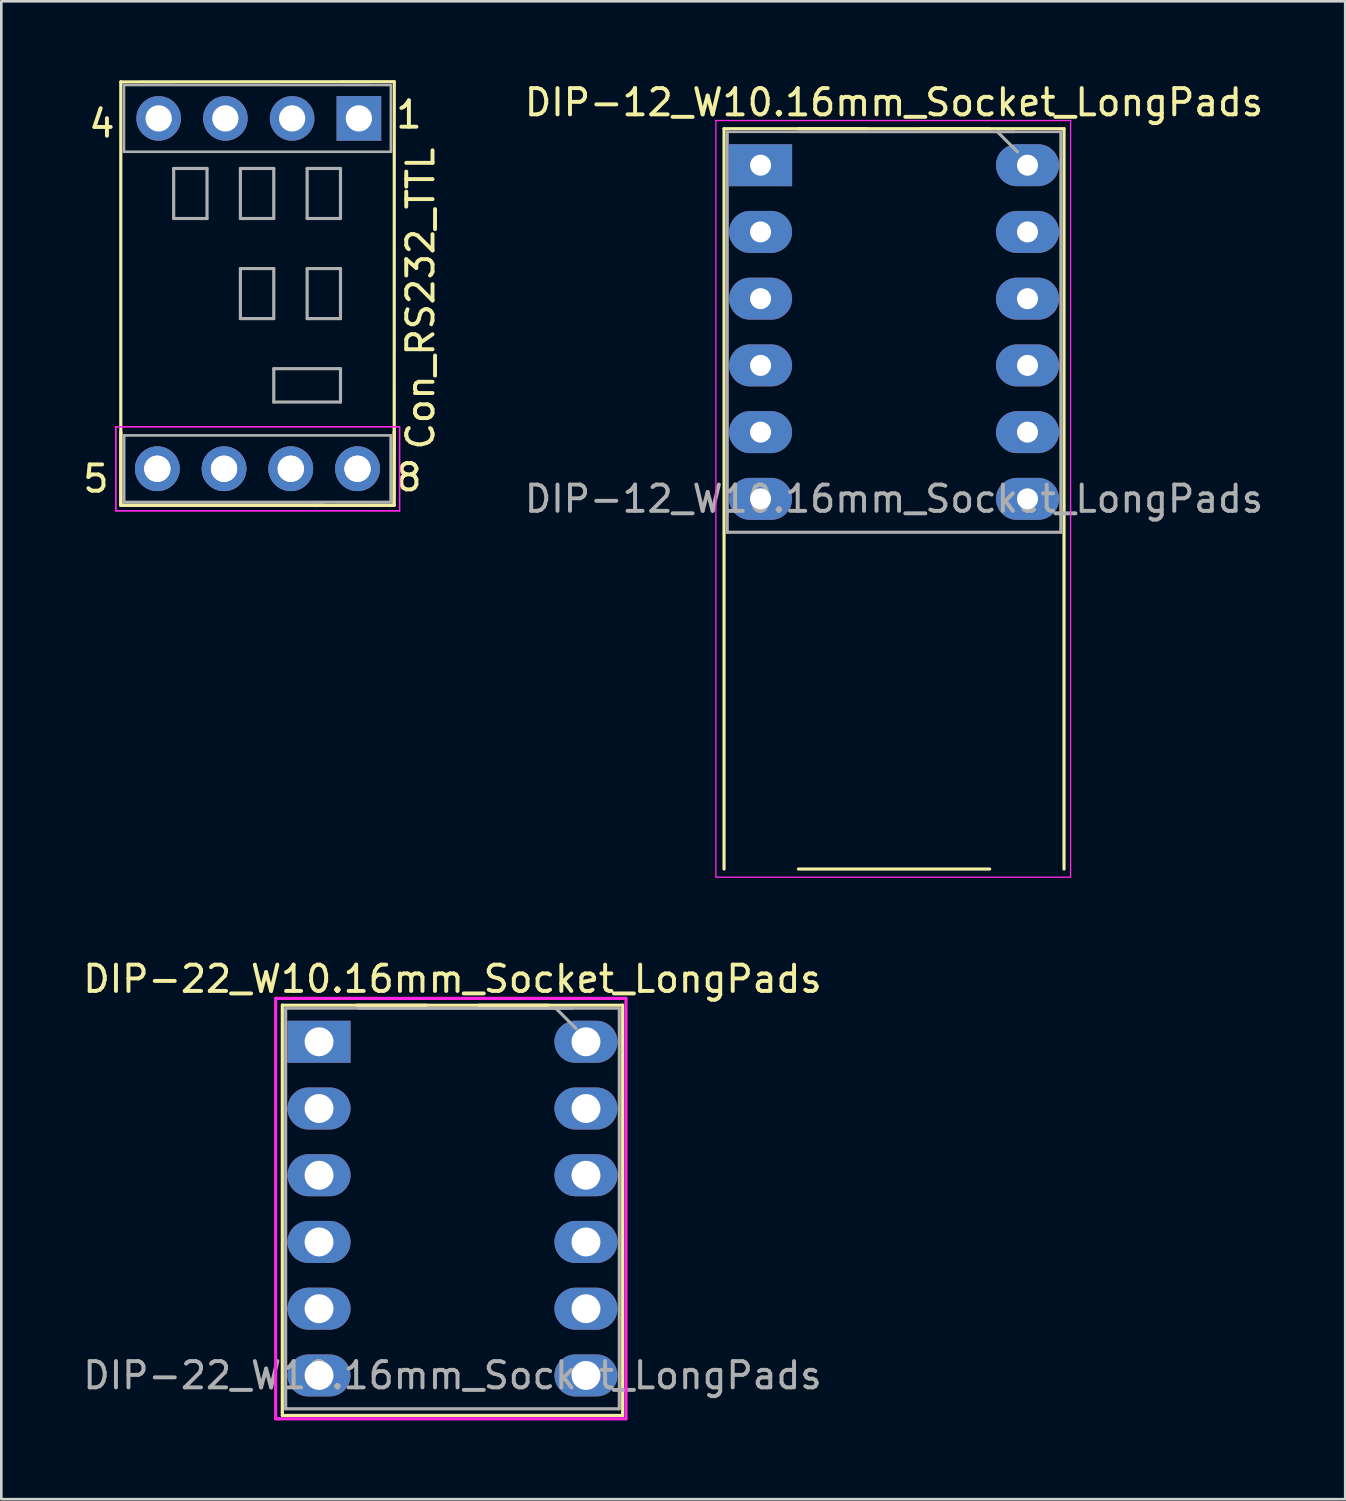
<source format=kicad_pcb>
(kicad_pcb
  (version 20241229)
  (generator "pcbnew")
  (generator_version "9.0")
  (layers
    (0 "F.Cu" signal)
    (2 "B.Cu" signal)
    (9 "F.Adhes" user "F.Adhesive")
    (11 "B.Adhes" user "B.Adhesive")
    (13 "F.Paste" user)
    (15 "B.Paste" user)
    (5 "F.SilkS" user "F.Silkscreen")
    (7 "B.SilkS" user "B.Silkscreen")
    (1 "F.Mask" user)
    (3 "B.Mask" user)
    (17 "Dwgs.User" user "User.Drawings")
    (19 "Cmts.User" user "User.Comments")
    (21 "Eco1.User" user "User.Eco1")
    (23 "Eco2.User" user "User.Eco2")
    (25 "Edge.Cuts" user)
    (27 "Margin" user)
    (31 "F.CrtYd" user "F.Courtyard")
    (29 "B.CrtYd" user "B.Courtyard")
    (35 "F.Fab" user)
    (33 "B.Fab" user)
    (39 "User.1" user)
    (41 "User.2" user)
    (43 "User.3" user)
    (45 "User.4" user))
  (footprint "DIP-12_W10.16mm_Socket_LongPads"
    (layer "F.Cu")
    (at 25.899 3.238)
    (property "Reference" "DIP-12_W10.16mm_Socket_LongPads" (at 5.08 -2.39 0) (layer "F.SilkS") (effects (font (size 1 1) (thickness 0.15))))
    (attr through_hole)
    (fp_line (start -1.39 -1.39) (end -1.39 26.79) (stroke (width 0.12) (type solid)) (layer "F.SilkS"))
    (fp_line (start 1.44 26.79) (end 8.72 26.79) (stroke (width 0.12) (type solid)) (layer "F.SilkS"))
    (fp_line (start 4.08 -1.39) (end 1.44 -1.39) (stroke (width 0.12) (type solid)) (layer "F.SilkS"))
    (fp_line (start 8.72 -1.39) (end 6.08 -1.39) (stroke (width 0.12) (type solid)) (layer "F.SilkS"))
    (fp_line (start 11.55 -1.39) (end -1.39 -1.39) (stroke (width 0.12) (type solid)) (layer "F.SilkS"))
    (fp_line (start 11.55 26.79) (end 11.55 -1.39) (stroke (width 0.12) (type solid)) (layer "F.SilkS"))
    (fp_line (start -1.7 -1.7) (end -1.7 27.1) (stroke (width 0.05) (type solid)) (layer "F.CrtYd"))
    (fp_line (start -1.7 27.1) (end 11.8 27.1) (stroke (width 0.05) (type solid)) (layer "F.CrtYd"))
    (fp_line (start 11.8 -1.7) (end -1.7 -1.7) (stroke (width 0.05) (type solid)) (layer "F.CrtYd"))
    (fp_line (start 11.8 27.1) (end 11.8 -1.7) (stroke (width 0.05) (type solid)) (layer "F.CrtYd"))
    (fp_line (start -1.27 -1.27) (end -1.27 13.97) (stroke (width 0.12) (type solid)) (layer "F.Fab"))
    (fp_line (start -1.27 13.97) (end 11.43 13.97) (stroke (width 0.12) (type solid)) (layer "F.Fab"))
    (fp_line (start 1.51 -1.27) (end 9.65 -1.27) (stroke (width 0.1) (type solid)) (layer "F.Fab"))
    (fp_line (start 9.017 -1.27) (end 9.779 -0.508) (stroke (width 0.12) (type solid)) (layer "F.Fab"))
    (fp_line (start 11.43 -1.27) (end -1.27 -1.27) (stroke (width 0.1) (type solid)) (layer "F.Fab"))
    (fp_line (start 11.43 13.97) (end 11.43 -1.27) (stroke (width 0.12) (type solid)) (layer "F.Fab"))
    (fp_text user "${REFERENCE}" (at 5.08 12.7 0) (layer "F.Fab") (effects (font (size 1 1) (thickness 0.15))))
    (pad "1" thru_hole rect (at 0 0) (size 2.4 1.6) (drill 0.8) (layers "*.Cu" "*.Mask"))
    (pad "2" thru_hole oval (at 0 2.54) (size 2.4 1.6) (drill 0.8) (layers "*.Cu" "*.Mask"))
    (pad "3" thru_hole oval (at 0 5.08) (size 2.4 1.6) (drill 0.8) (layers "*.Cu" "*.Mask"))
    (pad "4" thru_hole oval (at 0 7.62) (size 2.4 1.6) (drill 0.8) (layers "*.Cu" "*.Mask"))
    (pad "5" thru_hole oval (at 0 10.16) (size 2.4 1.6) (drill 0.8) (layers "*.Cu" "*.Mask"))
    (pad "6" thru_hole oval (at 0 12.7) (size 2.4 1.6) (drill 0.8) (layers "*.Cu" "*.Mask"))
    (pad "17" thru_hole oval (at 10.16 12.7) (size 2.4 1.6) (drill 0.8) (layers "*.Cu" "*.Mask"))
    (pad "18" thru_hole oval (at 10.16 10.16) (size 2.4 1.6) (drill 0.8) (layers "*.Cu" "*.Mask"))
    (pad "19" thru_hole oval (at 10.16 7.62) (size 2.4 1.6) (drill 0.8) (layers "*.Cu" "*.Mask"))
    (pad "20" thru_hole oval (at 10.16 5.08) (size 2.4 1.6) (drill 0.8) (layers "*.Cu" "*.Mask"))
    (pad "21" thru_hole oval (at 10.16 2.54) (size 2.4 1.6) (drill 0.8) (layers "*.Cu" "*.Mask"))
    (pad "22" thru_hole oval (at 10.16 0) (size 2.4 1.6) (drill 0.8) (layers "*.Cu" "*.Mask")))
  (footprint "DIP-22_W10.16mm_Socket_LongPads"
    (layer "F.Cu")
    (at 9.093 36.602)
    (property "Reference" "DIP-22_W10.16mm_Socket_LongPads" (at 5.08 -2.39 0) (layer "F.SilkS") (effects (font (size 1 1) (thickness 0.15))))
    (attr through_hole)
    (fp_line (start -1.397 14.097) (end -1.397 -1.397) (stroke (width 0.12) (type solid)) (layer "F.SilkS"))
    (fp_line (start -1.397 14.097) (end -1.397 14.224) (stroke (width 0.12) (type solid)) (layer "F.SilkS"))
    (fp_line (start -1.397 14.224) (end 11.557 14.224) (stroke (width 0.12) (type solid)) (layer "F.SilkS"))
    (fp_line (start 4.08 -1.39) (end 1.44 -1.39) (stroke (width 0.12) (type solid)) (layer "F.SilkS"))
    (fp_line (start 8.72 -1.39) (end 6.08 -1.39) (stroke (width 0.12) (type solid)) (layer "F.SilkS"))
    (fp_line (start 11.55 -1.39) (end -1.39 -1.39) (stroke (width 0.12) (type solid)) (layer "F.SilkS"))
    (fp_line (start 11.557 14.224) (end 11.557 -1.397) (stroke (width 0.12) (type solid)) (layer "F.SilkS"))
    (fp_line (start -1.651 -1.651) (end 11.684 -1.651) (stroke (width 0.12) (type solid)) (layer "F.CrtYd"))
    (fp_line (start -1.651 14.351) (end -1.651 -1.651) (stroke (width 0.12) (type solid)) (layer "F.CrtYd"))
    (fp_line (start -1.524 14.351) (end -1.651 14.351) (stroke (width 0.12) (type solid)) (layer "F.CrtYd"))
    (fp_line (start 11.684 -1.651) (end 11.684 14.351) (stroke (width 0.12) (type solid)) (layer "F.CrtYd"))
    (fp_line (start 11.684 14.351) (end -1.524 14.351) (stroke (width 0.12) (type solid)) (layer "F.CrtYd"))
    (fp_line (start -1.27 -1.27) (end -1.27 13.97) (stroke (width 0.12) (type solid)) (layer "F.Fab"))
    (fp_line (start -1.27 13.97) (end 11.43 13.97) (stroke (width 0.12) (type solid)) (layer "F.Fab"))
    (fp_line (start 1.51 -1.27) (end 9.65 -1.27) (stroke (width 0.1) (type solid)) (layer "F.Fab"))
    (fp_line (start 9.017 -1.27) (end 9.779 -0.508) (stroke (width 0.12) (type solid)) (layer "F.Fab"))
    (fp_line (start 11.43 -1.27) (end -1.27 -1.27) (stroke (width 0.1) (type solid)) (layer "F.Fab"))
    (fp_line (start 11.43 13.97) (end 11.43 -1.27) (stroke (width 0.12) (type solid)) (layer "F.Fab"))
    (fp_text user "${REFERENCE}" (at 5.08 12.7 0) (layer "F.Fab") (effects (font (size 1 1) (thickness 0.15))))
    (pad "1" thru_hole oval (at 10.16 0) (size 2.4 1.6) (drill 1.1) (layers "*.Cu" "*.Mask"))
    (pad "2" thru_hole oval (at 10.16 2.54) (size 2.4 1.6) (drill 1.1) (layers "*.Cu" "*.Mask"))
    (pad "3" thru_hole oval (at 10.16 5.08) (size 2.4 1.6) (drill 1.1) (layers "*.Cu" "*.Mask"))
    (pad "4" thru_hole oval (at 10.16 7.62) (size 2.4 1.6) (drill 1.1) (layers "*.Cu" "*.Mask"))
    (pad "5" thru_hole oval (at 10.16 10.16) (size 2.4 1.6) (drill 1.1) (layers "*.Cu" "*.Mask"))
    (pad "6" thru_hole oval (at 10.16 12.7) (size 2.4 1.6) (drill 1.1) (layers "*.Cu" "*.Mask"))
    (pad "7" thru_hole oval (at 0 12.7) (size 2.4 1.6) (drill 1.1) (layers "*.Cu" "*.Mask"))
    (pad "8" thru_hole oval (at 0 10.16) (size 2.4 1.6) (drill 1.1) (layers "*.Cu" "*.Mask"))
    (pad "9" thru_hole oval (at 0 7.62) (size 2.4 1.6) (drill 1.1) (layers "*.Cu" "*.Mask"))
    (pad "10" thru_hole oval (at 0 5.08) (size 2.4 1.6) (drill 1.1) (layers "*.Cu" "*.Mask"))
    (pad "11" thru_hole oval (at 0 2.54) (size 2.4 1.6) (drill 1.1) (layers "*.Cu" "*.Mask"))
    (pad "12" thru_hole rect (at 0 0) (size 2.4 1.6) (drill 1.1) (layers "*.Cu" "*.Mask")))
  (footprint "Con_RS232_TTL"
    (layer "F.Cu")
    (at 2.925 14.792)
    (property "Reference" "Con_RS232_TTL" (at 10.033 -6.477 90) (layer "F.SilkS") (effects (font (size 1 1) (thickness 0.15))))
    (attr through_hole)
    (fp_line (start -1.377 -14.725) (end 9.03 -14.732) (stroke (width 0.12) (type solid)) (layer "F.SilkS"))
    (fp_line (start -1.377 1.39) (end -1.377 -1.39) (stroke (width 0.12) (type solid)) (layer "F.SilkS"))
    (fp_line (start -1.377 1.39) (end -1.377 -1.39) (stroke (width 0.12) (type solid)) (layer "F.SilkS"))
    (fp_line (start -1.377 -1.387) (end -1.377 -14.727) (stroke (width 0.12) (type solid)) (layer "F.SilkS"))
    (fp_line (start 5.982 1.397) (end 9.023 1.39) (stroke (width 0.12) (type solid)) (layer "F.SilkS"))
    (fp_line (start 5.982 1.397) (end 9.023 1.39) (stroke (width 0.12) (type solid)) (layer "F.SilkS"))
    (fp_line (start 6.363 1.39) (end -1.377 1.39) (stroke (width 0.12) (type solid)) (layer "F.SilkS"))
    (fp_line (start 6.363 1.39) (end -1.377 1.39) (stroke (width 0.12) (type solid)) (layer "F.SilkS"))
    (fp_line (start 9.023 1.39) (end 9.03 -1.397) (stroke (width 0.12) (type solid)) (layer "F.SilkS"))
    (fp_line (start 9.023 1.39) (end 9.03 -1.397) (stroke (width 0.12) (type solid)) (layer "F.SilkS"))
    (fp_line (start 9.03 -1.384) (end 9.032 -14.732) (stroke (width 0.12) (type solid)) (layer "F.SilkS"))
    (fp_line (start -1.567 -1.6) (end 9.233 -1.6) (stroke (width 0.05) (type solid)) (layer "F.CrtYd"))
    (fp_line (start -1.567 -1.6) (end 9.233 -1.6) (stroke (width 0.05) (type solid)) (layer "F.CrtYd"))
    (fp_line (start -1.567 1.6) (end -1.567 -1.6) (stroke (width 0.05) (type solid)) (layer "F.CrtYd"))
    (fp_line (start -1.567 1.6) (end -1.567 -1.6) (stroke (width 0.05) (type solid)) (layer "F.CrtYd"))
    (fp_line (start 9.233 -1.6) (end 9.233 1.6) (stroke (width 0.05) (type solid)) (layer "F.CrtYd"))
    (fp_line (start 9.233 -1.6) (end 9.233 1.6) (stroke (width 0.05) (type solid)) (layer "F.CrtYd"))
    (fp_line (start 9.233 1.6) (end -1.567 1.6) (stroke (width 0.05) (type solid)) (layer "F.CrtYd"))
    (fp_line (start 9.233 1.6) (end -1.567 1.6) (stroke (width 0.05) (type solid)) (layer "F.CrtYd"))
    (fp_line (start -1.257 -14.605) (end 8.903 -14.605) (stroke (width 0.1) (type solid)) (layer "F.Fab"))
    (fp_line (start -1.257 -12.065) (end -1.257 -14.605) (stroke (width 0.1) (type solid)) (layer "F.Fab"))
    (fp_line (start -1.257 -12.065) (end 8.903 -12.065) (stroke (width 0.1) (type solid)) (layer "F.Fab"))
    (fp_line (start -1.257 -1.27) (end 8.903 -1.27) (stroke (width 0.1) (type solid)) (layer "F.Fab"))
    (fp_line (start -1.257 1.27) (end -1.257 -1.27) (stroke (width 0.1) (type solid)) (layer "F.Fab"))
    (fp_line (start -1.257 1.27) (end -1.257 -1.27) (stroke (width 0.1) (type solid)) (layer "F.Fab"))
    (fp_line (start 0.635 -11.43) (end 1.905 -11.43) (stroke (width 0.12) (type solid)) (layer "F.Fab"))
    (fp_line (start 0.635 -9.525) (end 0.635 -11.43) (stroke (width 0.12) (type solid)) (layer "F.Fab"))
    (fp_line (start 1.905 -11.43) (end 1.905 -9.525) (stroke (width 0.12) (type solid)) (layer "F.Fab"))
    (fp_line (start 1.905 -9.525) (end 0.635 -9.525) (stroke (width 0.12) (type solid)) (layer "F.Fab"))
    (fp_line (start 3.175 -11.43) (end 3.175 -9.525) (stroke (width 0.12) (type solid)) (layer "F.Fab"))
    (fp_line (start 3.175 -9.525) (end 4.445 -9.525) (stroke (width 0.12) (type solid)) (layer "F.Fab"))
    (fp_line (start 3.175 -7.62) (end 4.445 -7.62) (stroke (width 0.12) (type solid)) (layer "F.Fab"))
    (fp_line (start 3.175 -5.715) (end 3.175 -7.62) (stroke (width 0.12) (type solid)) (layer "F.Fab"))
    (fp_line (start 4.445 -11.43) (end 3.175 -11.43) (stroke (width 0.12) (type solid)) (layer "F.Fab"))
    (fp_line (start 4.445 -9.525) (end 4.445 -11.43) (stroke (width 0.12) (type solid)) (layer "F.Fab"))
    (fp_line (start 4.445 -7.62) (end 4.445 -5.715) (stroke (width 0.12) (type solid)) (layer "F.Fab"))
    (fp_line (start 4.445 -5.715) (end 3.175 -5.715) (stroke (width 0.12) (type solid)) (layer "F.Fab"))
    (fp_line (start 4.445 -3.81) (end 4.445 -2.54) (stroke (width 0.12) (type solid)) (layer "F.Fab"))
    (fp_line (start 4.445 -2.54) (end 6.985 -2.54) (stroke (width 0.12) (type solid)) (layer "F.Fab"))
    (fp_line (start 5.715 -11.43) (end 5.715 -9.525) (stroke (width 0.12) (type solid)) (layer "F.Fab"))
    (fp_line (start 5.715 -11.43) (end 6.985 -11.43) (stroke (width 0.12) (type solid)) (layer "F.Fab"))
    (fp_line (start 5.715 -9.525) (end 6.985 -9.525) (stroke (width 0.12) (type solid)) (layer "F.Fab"))
    (fp_line (start 5.715 -7.62) (end 6.985 -7.62) (stroke (width 0.12) (type solid)) (layer "F.Fab"))
    (fp_line (start 5.715 -5.715) (end 5.715 -7.62) (stroke (width 0.12) (type solid)) (layer "F.Fab"))
    (fp_line (start 6.985 -11.43) (end 6.985 -9.525) (stroke (width 0.12) (type solid)) (layer "F.Fab"))
    (fp_line (start 6.985 -7.62) (end 6.985 -5.715) (stroke (width 0.12) (type solid)) (layer "F.Fab"))
    (fp_line (start 6.985 -5.715) (end 5.715 -5.715) (stroke (width 0.12) (type solid)) (layer "F.Fab"))
    (fp_line (start 6.985 -3.81) (end 4.445 -3.81) (stroke (width 0.12) (type solid)) (layer "F.Fab"))
    (fp_line (start 6.985 -2.54) (end 6.985 -3.81) (stroke (width 0.12) (type solid)) (layer "F.Fab"))
    (fp_line (start 8.903 -12.065) (end 8.903 -14.605) (stroke (width 0.1) (type solid)) (layer "F.Fab"))
    (fp_line (start 8.903 -1.27) (end 8.903 1.27) (stroke (width 0.1) (type solid)) (layer "F.Fab"))
    (fp_line (start 8.903 -1.27) (end 8.903 1.27) (stroke (width 0.1) (type solid)) (layer "F.Fab"))
    (fp_line (start 8.903 1.27) (end -1.257 1.27) (stroke (width 0.1) (type solid)) (layer "F.Fab"))
    (fp_line (start 8.903 1.27) (end -1.257 1.27) (stroke (width 0.1) (type solid)) (layer "F.Fab"))
    (fp_text user "1" (at 9.588 -13.475 0) (layer "F.SilkS") (effects (font (size 1 1) (thickness 0.15))))
    (fp_text user "8" (at 9.588 0.33 0) (layer "F.SilkS") (effects (font (size 1 1) (thickness 0.15))))
    (fp_text user "4" (at -2.095 -13.132 0) (layer "F.SilkS") (effects (font (size 1 1) (thickness 0.15))))
    (fp_text user "5" (at -2.324 0.381 0) (layer "F.SilkS") (effects (font (size 1 1) (thickness 0.15))))
    (pad "1" thru_hole rect (at 7.684 -13.335 270) (size 1.7 1.7) (drill 1) (layers "*.Cu" "*.Mask"))
    (pad "2" thru_hole circle (at 5.144 -13.335 270) (size 1.7 1.7) (drill 1) (layers "*.Cu" "*.Mask"))
    (pad "3" thru_hole circle (at 2.603 -13.335 270) (size 1.7 1.7) (drill 1) (layers "*.Cu" "*.Mask"))
    (pad "4" thru_hole circle (at 0.064 -13.335 270) (size 1.7 1.7) (drill 1) (layers "*.Cu" "*.Mask"))
    (pad "5" thru_hole circle (at 0.013 0 270) (size 1.7 1.7) (drill 1) (layers "*.Cu" "*.Mask"))
    (pad "5" thru_hole circle (at 0.013 0 270) (size 1.7 1.7) (drill 1) (layers "*.Cu" "*.Mask"))
    (pad "6" thru_hole circle (at 2.553 0 270) (size 1.7 1.7) (drill 1) (layers "*.Cu" "*.Mask"))
    (pad "6" thru_hole circle (at 2.553 0 270) (size 1.7 1.7) (drill 1) (layers "*.Cu" "*.Mask"))
    (pad "7" thru_hole circle (at 5.093 0 270) (size 1.7 1.7) (drill 1) (layers "*.Cu" "*.Mask"))
    (pad "7" thru_hole circle (at 5.093 0 270) (size 1.7 1.7) (drill 1) (layers "*.Cu" "*.Mask"))
    (pad "8" thru_hole circle (at 7.633 0 270) (size 1.7 1.7) (drill 1) (layers "*.Cu" "*.Mask"))
    (pad "8" thru_hole circle (at 7.633 0 270) (size 1.7 1.7) (drill 1) (layers "*.Cu" "*.Mask")))
  (gr_rect
    (start -3 -3)
    (end 48.152 54.013)
    (stroke (width 0.1) (type default))
    (fill no)
    (layer "Edge.Cuts")))
</source>
